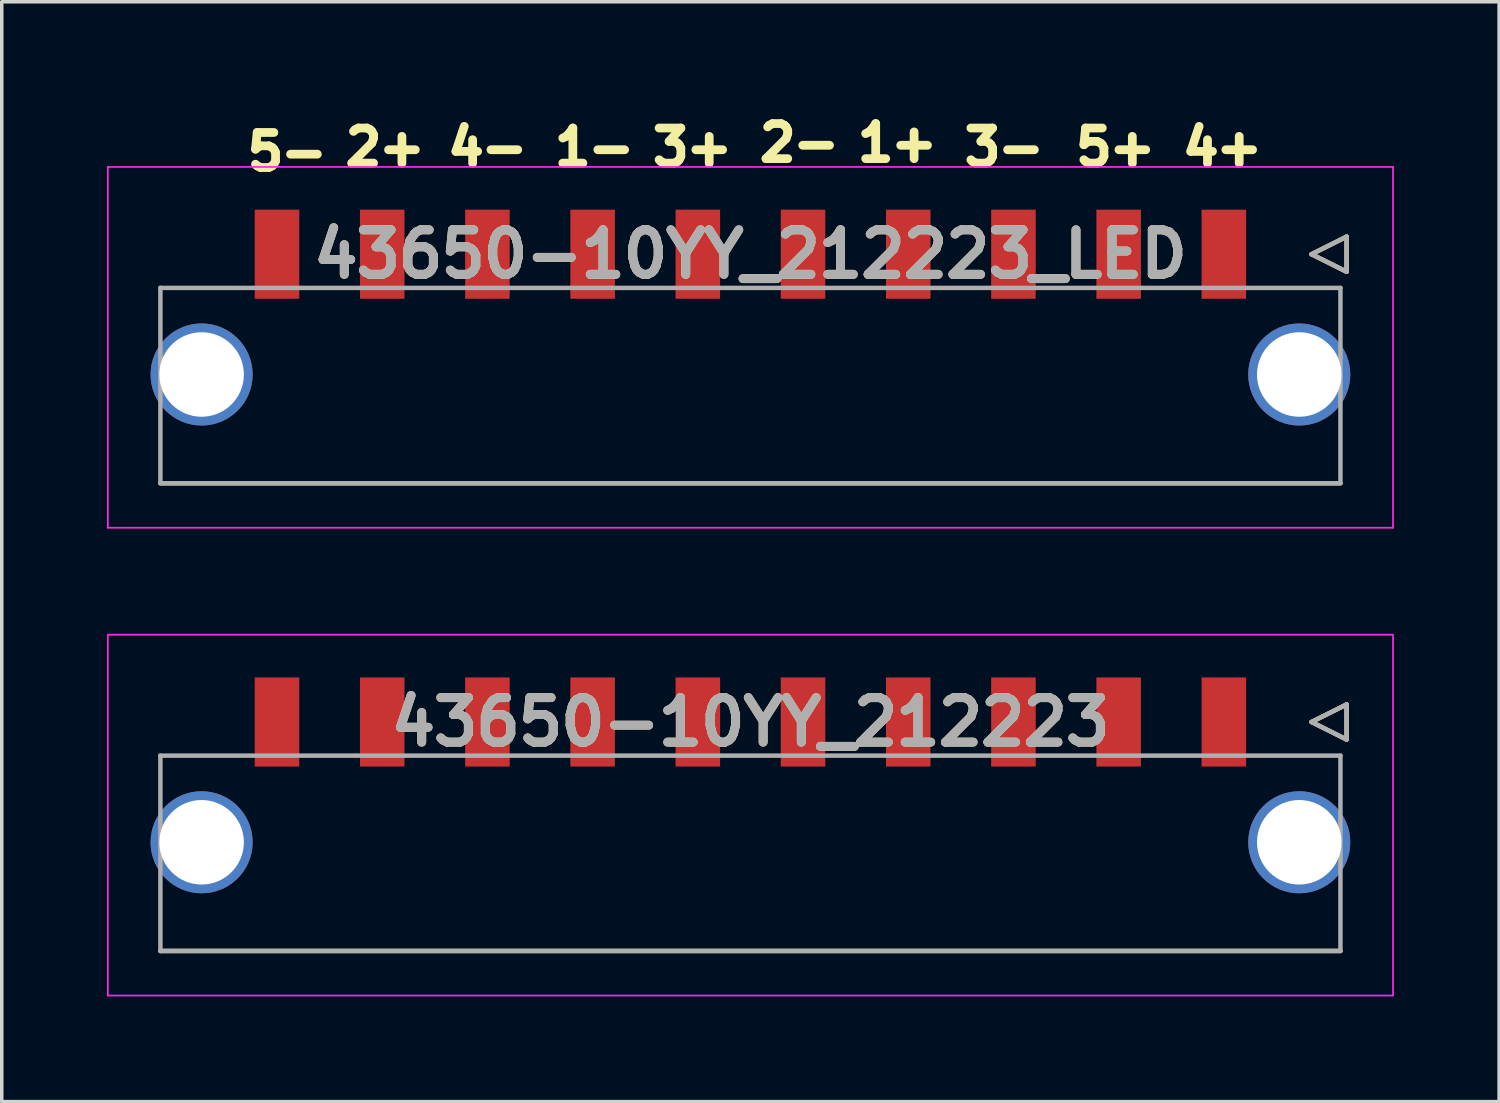
<source format=kicad_pcb>
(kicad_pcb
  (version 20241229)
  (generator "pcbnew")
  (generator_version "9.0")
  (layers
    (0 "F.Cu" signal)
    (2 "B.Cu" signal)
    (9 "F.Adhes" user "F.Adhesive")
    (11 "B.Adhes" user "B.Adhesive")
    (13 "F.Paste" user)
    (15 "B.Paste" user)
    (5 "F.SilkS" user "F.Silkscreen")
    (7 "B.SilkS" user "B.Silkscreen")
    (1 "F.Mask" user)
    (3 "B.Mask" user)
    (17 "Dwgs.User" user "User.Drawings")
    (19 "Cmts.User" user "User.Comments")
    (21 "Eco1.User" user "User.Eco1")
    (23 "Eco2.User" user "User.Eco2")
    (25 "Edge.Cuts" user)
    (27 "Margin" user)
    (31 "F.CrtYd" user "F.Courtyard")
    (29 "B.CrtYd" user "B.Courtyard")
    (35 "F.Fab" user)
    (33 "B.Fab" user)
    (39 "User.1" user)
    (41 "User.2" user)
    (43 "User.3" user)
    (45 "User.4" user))
  (footprint "43650-10YY_212223_LED"
    (layer "F.Cu")
    (at 18.349 4.199)
    (property "Reference" "43650-10YY_212223_LED" (at 0 0 180) (layer "F.SilkS") (effects (font (size 1.27 1.27) (thickness 0.254))))
    (attr through_hole)
    (fp_line (start 16 0) (end 17 -0.5) (stroke (width 0.127) (type solid)) (layer "F.SilkS"))
    (fp_line (start 16.825 6.53) (end -16.825 6.53) (stroke (width 0.127) (type solid)) (layer "F.SilkS"))
    (fp_line (start 17 -0.5) (end 17 0.5) (stroke (width 0.127) (type solid)) (layer "F.SilkS"))
    (fp_line (start 17 0.5) (end 16 0) (stroke (width 0.127) (type solid)) (layer "F.SilkS"))
    (fp_line (start -18.324 -2.489) (end 18.324 -2.489) (stroke (width 0.05) (type solid)) (layer "F.CrtYd"))
    (fp_line (start -18.324 7.8) (end -18.324 -2.489) (stroke (width 0.05) (type solid)) (layer "F.CrtYd"))
    (fp_line (start 18.324 -2.489) (end 18.324 7.8) (stroke (width 0.05) (type solid)) (layer "F.CrtYd"))
    (fp_line (start 18.324 7.8) (end -18.324 7.8) (stroke (width 0.05) (type solid)) (layer "F.CrtYd"))
    (fp_line (start -16.825 0.96) (end 16.825 0.96) (stroke (width 0.127) (type solid)) (layer "F.Fab"))
    (fp_line (start -16.825 6.53) (end -16.825 0.96) (stroke (width 0.127) (type solid)) (layer "F.Fab"))
    (fp_line (start 16 0) (end 17 -0.5) (stroke (width 0.127) (type solid)) (layer "F.Fab"))
    (fp_line (start 16.825 0.96) (end 16.825 6.53) (stroke (width 0.127) (type solid)) (layer "F.Fab"))
    (fp_line (start 16.825 6.53) (end -16.825 6.53) (stroke (width 0.127) (type solid)) (layer "F.Fab"))
    (fp_line (start 17 -0.5) (end 17 0.5) (stroke (width 0.127) (type solid)) (layer "F.Fab"))
    (fp_line (start 17 0.5) (end 16 0) (stroke (width 0.127) (type solid)) (layer "F.Fab"))
    (fp_text user "3+" (at -1.651 -3.048 0) (unlocked yes) (layer "F.SilkS") (effects (font (size 1 1) (thickness 0.25) (bold yes))))
    (fp_text user "5+" (at 10.414 -3.048 0) (unlocked yes) (layer "F.SilkS") (effects (font (size 1 1) (thickness 0.25) (bold yes))))
    (fp_text user "2+" (at -10.414 -3.048 0) (unlocked yes) (layer "F.SilkS") (effects (font (size 1 1) (thickness 0.25) (bold yes))))
    (fp_text user "1+" (at 4.191 -3.175 0) (unlocked yes) (layer "F.SilkS") (effects (font (size 1 1) (thickness 0.25) (bold yes))))
    (fp_text user "4-" (at -7.493 -3.048 0) (unlocked yes) (layer "F.SilkS") (effects (font (size 1 1) (thickness 0.25) (bold yes))))
    (fp_text user "2-" (at 1.397 -3.175 0) (unlocked yes) (layer "F.SilkS") (effects (font (size 1 1) (thickness 0.25) (bold yes))))
    (fp_text user "4+" (at 13.462 -3.048 0) (unlocked yes) (layer "F.SilkS") (effects (font (size 1 1) (thickness 0.25) (bold yes))))
    (fp_text user "1-" (at -4.445 -3.048 0) (unlocked yes) (layer "F.SilkS") (effects (font (size 1 1) (thickness 0.25) (bold yes))))
    (fp_text user "3-" (at 7.239 -3.048 0) (unlocked yes) (layer "F.SilkS") (effects (font (size 1 1) (thickness 0.25) (bold yes))))
    (fp_text user "5-" (at -13.208 -2.921 0) (unlocked yes) (layer "F.SilkS") (effects (font (size 1 1) (thickness 0.25) (bold yes))))
    (fp_text user "${REFERENCE}" (at 0 0 180) (layer "F.Fab") (effects (font (size 1.27 1.27) (thickness 0.254))))
    (pad "1" smd rect (at 13.5 0) (size 1.27 2.54) (layers "F.Cu" "F.Mask" "F.Paste"))
    (pad "2" smd rect (at 10.5 0) (size 1.27 2.54) (layers "F.Cu" "F.Mask" "F.Paste"))
    (pad "3" smd rect (at 7.5 0) (size 1.27 2.54) (layers "F.Cu" "F.Mask" "F.Paste"))
    (pad "4" smd rect (at 4.5 0) (size 1.27 2.54) (layers "F.Cu" "F.Mask" "F.Paste"))
    (pad "5" smd rect (at 1.5 0) (size 1.27 2.54) (layers "F.Cu" "F.Mask" "F.Paste"))
    (pad "6" smd rect (at -1.5 0) (size 1.27 2.54) (layers "F.Cu" "F.Mask" "F.Paste"))
    (pad "7" smd rect (at -4.5 0) (size 1.27 2.54) (layers "F.Cu" "F.Mask" "F.Paste"))
    (pad "8" smd rect (at -7.5 0) (size 1.27 2.54) (layers "F.Cu" "F.Mask" "F.Paste"))
    (pad "9" smd rect (at -10.5 0) (size 1.27 2.54) (layers "F.Cu" "F.Mask" "F.Paste"))
    (pad "10" smd rect (at -13.5 0) (size 1.27 2.54) (layers "F.Cu" "F.Mask" "F.Paste"))
    (pad "11" thru_hole circle (at 15.65 3.43) (size 2.91 2.91) (drill 2.41) (layers "*.Cu" "*.Mask"))
    (pad "12" thru_hole circle (at -15.65 3.43) (size 2.91 2.91) (drill 2.41) (layers "*.Cu" "*.Mask")))
  (footprint "43650-10YY_212223"
    (layer "F.Cu")
    (at 18.349 17.538)
    (property "Reference" "43650-10YY_212223" (at 0 0 0) (layer "F.SilkS") (effects (font (size 1.27 1.27) (thickness 0.254))))
    (attr through_hole)
    (fp_line (start 16 0) (end 17 -0.5) (stroke (width 0.127) (type solid)) (layer "F.SilkS"))
    (fp_line (start 16.825 6.53) (end -16.825 6.53) (stroke (width 0.127) (type solid)) (layer "F.SilkS"))
    (fp_line (start 17 -0.5) (end 17 0.5) (stroke (width 0.127) (type solid)) (layer "F.SilkS"))
    (fp_line (start 17 0.5) (end 16 0) (stroke (width 0.127) (type solid)) (layer "F.SilkS"))
    (fp_line (start -18.324 -2.489) (end 18.324 -2.489) (stroke (width 0.05) (type solid)) (layer "F.CrtYd"))
    (fp_line (start -18.324 7.8) (end -18.324 -2.489) (stroke (width 0.05) (type solid)) (layer "F.CrtYd"))
    (fp_line (start 18.324 -2.489) (end 18.324 7.8) (stroke (width 0.05) (type solid)) (layer "F.CrtYd"))
    (fp_line (start 18.324 7.8) (end -18.324 7.8) (stroke (width 0.05) (type solid)) (layer "F.CrtYd"))
    (fp_line (start -16.825 0.96) (end 16.825 0.96) (stroke (width 0.127) (type solid)) (layer "F.Fab"))
    (fp_line (start -16.825 6.53) (end -16.825 0.96) (stroke (width 0.127) (type solid)) (layer "F.Fab"))
    (fp_line (start 16 0) (end 17 -0.5) (stroke (width 0.127) (type solid)) (layer "F.Fab"))
    (fp_line (start 16.825 0.96) (end 16.825 6.53) (stroke (width 0.127) (type solid)) (layer "F.Fab"))
    (fp_line (start 16.825 6.53) (end -16.825 6.53) (stroke (width 0.127) (type solid)) (layer "F.Fab"))
    (fp_line (start 17 -0.5) (end 17 0.5) (stroke (width 0.127) (type solid)) (layer "F.Fab"))
    (fp_line (start 17 0.5) (end 16 0) (stroke (width 0.127) (type solid)) (layer "F.Fab"))
    (fp_text user "${REFERENCE}" (at 0 0 0) (layer "F.Fab") (effects (font (size 1.27 1.27) (thickness 0.254))))
    (pad "1" smd rect (at 13.5 0) (size 1.27 2.54) (layers "F.Cu" "F.Mask" "F.Paste"))
    (pad "2" smd rect (at 10.5 0) (size 1.27 2.54) (layers "F.Cu" "F.Mask" "F.Paste"))
    (pad "3" smd rect (at 7.5 0) (size 1.27 2.54) (layers "F.Cu" "F.Mask" "F.Paste"))
    (pad "4" smd rect (at 4.5 0) (size 1.27 2.54) (layers "F.Cu" "F.Mask" "F.Paste"))
    (pad "5" smd rect (at 1.5 0) (size 1.27 2.54) (layers "F.Cu" "F.Mask" "F.Paste"))
    (pad "6" smd rect (at -1.5 0) (size 1.27 2.54) (layers "F.Cu" "F.Mask" "F.Paste"))
    (pad "7" smd rect (at -4.5 0) (size 1.27 2.54) (layers "F.Cu" "F.Mask" "F.Paste"))
    (pad "8" smd rect (at -7.5 0) (size 1.27 2.54) (layers "F.Cu" "F.Mask" "F.Paste"))
    (pad "9" smd rect (at -10.5 0) (size 1.27 2.54) (layers "F.Cu" "F.Mask" "F.Paste"))
    (pad "10" smd rect (at -13.5 0) (size 1.27 2.54) (layers "F.Cu" "F.Mask" "F.Paste"))
    (pad "11" thru_hole circle (at 15.65 3.43) (size 2.91 2.91) (drill 2.41) (layers "*.Cu" "*.Mask"))
    (pad "12" thru_hole circle (at -15.65 3.43) (size 2.91 2.91) (drill 2.41) (layers "*.Cu" "*.Mask")))
  (gr_rect
    (start -3 -3)
    (end 39.698 28.363)
    (stroke (width 0.1) (type default))
    (fill no)
    (layer "Edge.Cuts")))
</source>
